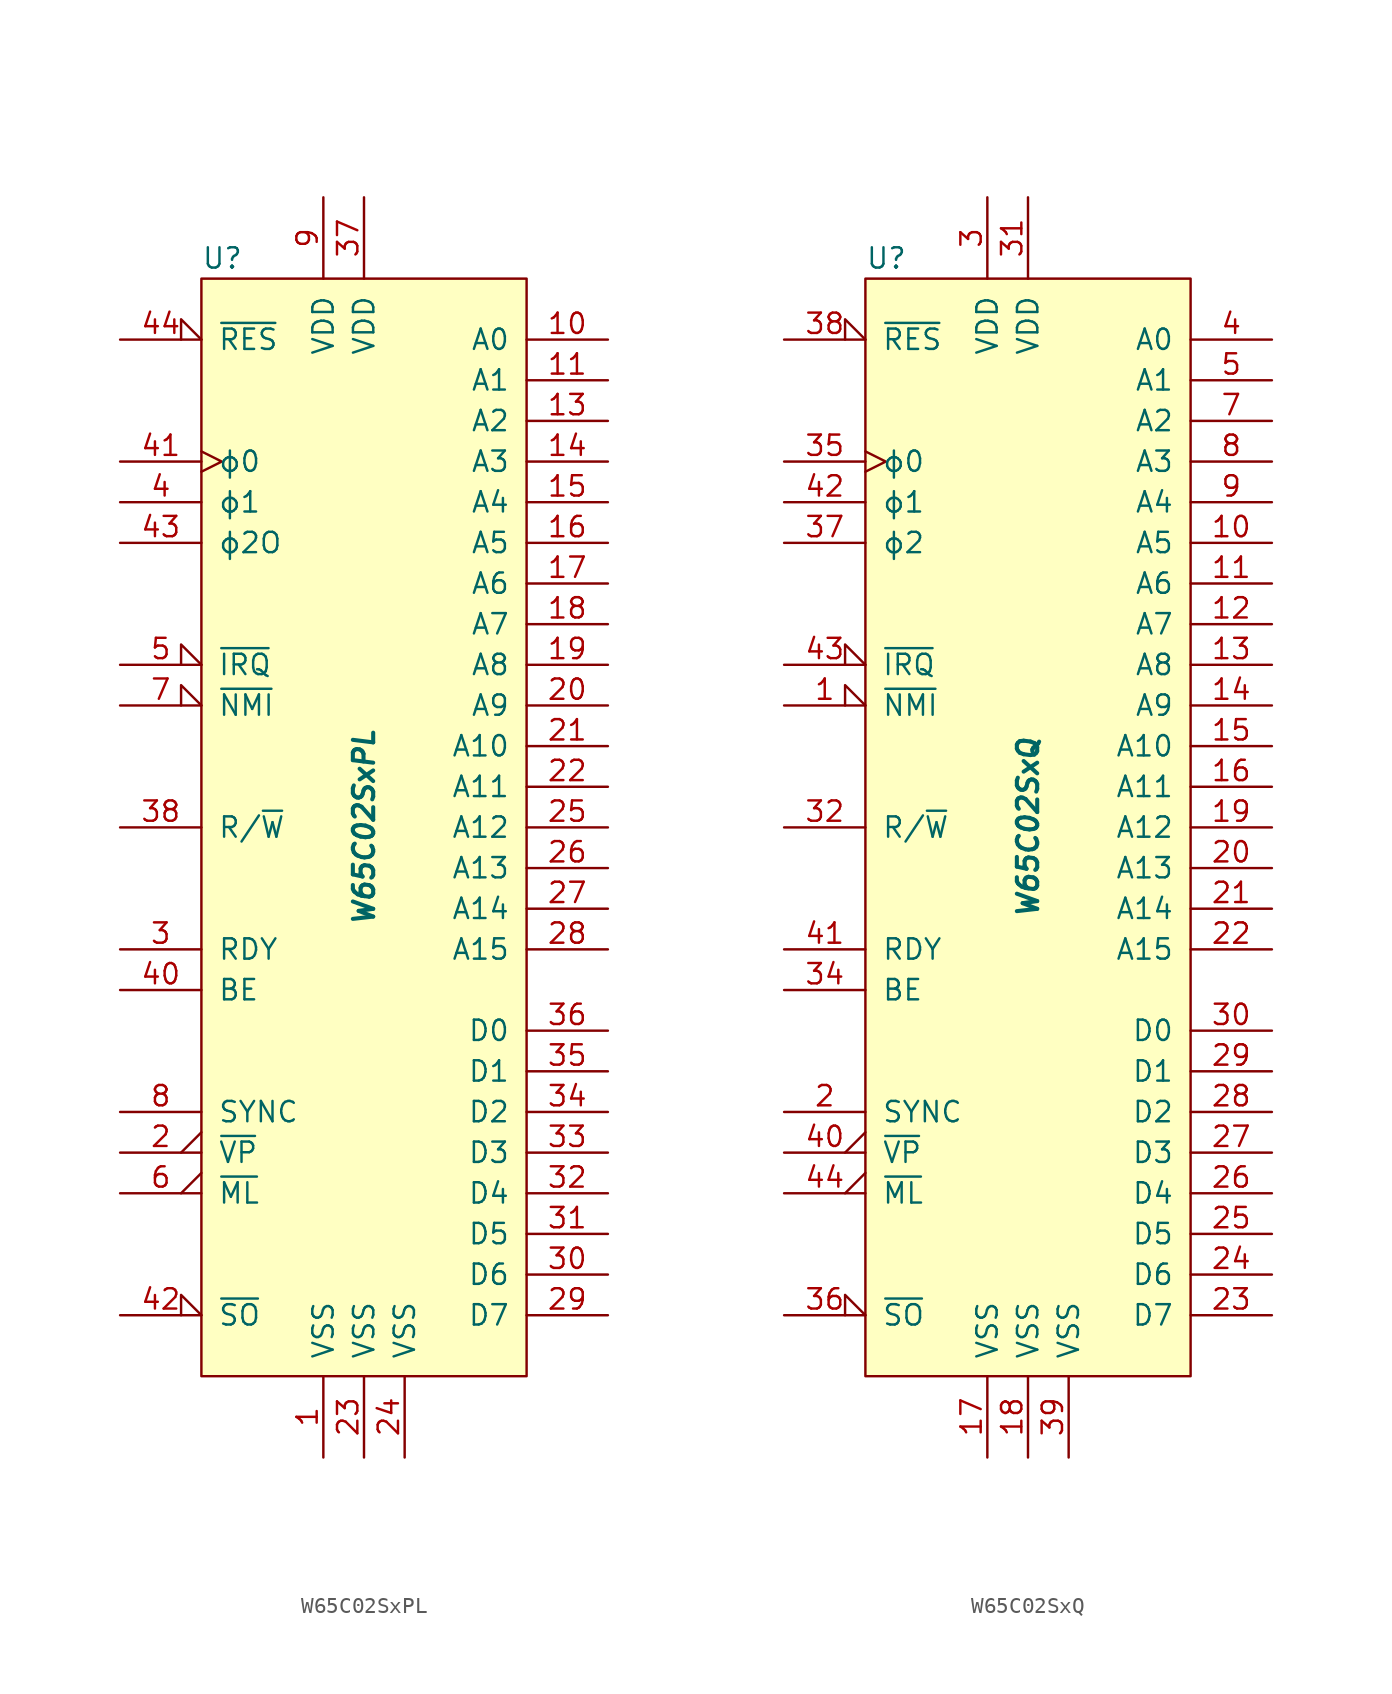
<source format=kicad_sym>
(kicad_symbol_lib
  (version 20211014)
  (generator kicad_symbol_editor)
  (symbol "W65C02SxPL"
    (pin_names
      (offset 1.016))
    (property "Reference" "U"
      (at -10.16 35.56 0)
      (effects (font (size 1.27 1.27)) (justify left)))
    (property "Value" "W65C02SxPL"
      (at 0 0 90)
      (effects (font (size 1.27 1.27) bold italic)))
    (symbol "W65C02SxPL_0_1"
      (rectangle (start -10.16 34.29) (end 10.16 -34.29) (stroke (width 0) (type default) (color 0 0 0 0)) (fill (type background))))
    (symbol "W65C02SxPL_1_1"
      (pin power_in line (at -2.54 -39.37 90) (length 5.08) (name "VSS" (effects (font (size 1.27 1.27)))) (number "1" (effects (font (size 1.27 1.27)))))
      (pin tri_state line (at 15.24 30.48 180) (length 5.08) (name "A0" (effects (font (size 1.27 1.27)))) (number "10" (effects (font (size 1.27 1.27)))))
      (pin tri_state line (at 15.24 27.94 180) (length 5.08) (name "A1" (effects (font (size 1.27 1.27)))) (number "11" (effects (font (size 1.27 1.27)))))
      (pin no_connect non_logic (at -10.16 -25.4 0) (length 2.54) hide (name "nc" (effects (font (size 1.27 1.27)))) (number "12" (effects (font (size 1.27 1.27)))))
      (pin tri_state line (at 15.24 25.4 180) (length 5.08) (name "A2" (effects (font (size 1.27 1.27)))) (number "13" (effects (font (size 1.27 1.27)))))
      (pin tri_state line (at 15.24 22.86 180) (length 5.08) (name "A3" (effects (font (size 1.27 1.27)))) (number "14" (effects (font (size 1.27 1.27)))))
      (pin tri_state line (at 15.24 20.32 180) (length 5.08) (name "A4" (effects (font (size 1.27 1.27)))) (number "15" (effects (font (size 1.27 1.27)))))
      (pin tri_state line (at 15.24 17.78 180) (length 5.08) (name "A5" (effects (font (size 1.27 1.27)))) (number "16" (effects (font (size 1.27 1.27)))))
      (pin tri_state line (at 15.24 15.24 180) (length 5.08) (name "A6" (effects (font (size 1.27 1.27)))) (number "17" (effects (font (size 1.27 1.27)))))
      (pin tri_state line (at 15.24 12.7 180) (length 5.08) (name "A7" (effects (font (size 1.27 1.27)))) (number "18" (effects (font (size 1.27 1.27)))))
      (pin tri_state line (at 15.24 10.16 180) (length 5.08) (name "A8" (effects (font (size 1.27 1.27)))) (number "19" (effects (font (size 1.27 1.27)))))
      (pin output output_low (at -15.24 -20.32 0) (length 5.08) (name "~{VP}" (effects (font (size 1.27 1.27)))) (number "2" (effects (font (size 1.27 1.27)))))
      (pin tri_state line (at 15.24 7.62 180) (length 5.08) (name "A9" (effects (font (size 1.27 1.27)))) (number "20" (effects (font (size 1.27 1.27)))))
      (pin tri_state line (at 15.24 5.08 180) (length 5.08) (name "A10" (effects (font (size 1.27 1.27)))) (number "21" (effects (font (size 1.27 1.27)))))
      (pin tri_state line (at 15.24 2.54 180) (length 5.08) (name "A11" (effects (font (size 1.27 1.27)))) (number "22" (effects (font (size 1.27 1.27)))))
      (pin power_in line (at 0 -39.37 90) (length 5.08) (name "VSS" (effects (font (size 1.27 1.27)))) (number "23" (effects (font (size 1.27 1.27)))))
      (pin power_in line (at 2.54 -39.37 90) (length 5.08) (name "VSS" (effects (font (size 1.27 1.27)))) (number "24" (effects (font (size 1.27 1.27)))))
      (pin tri_state line (at 15.24 0 180) (length 5.08) (name "A12" (effects (font (size 1.27 1.27)))) (number "25" (effects (font (size 1.27 1.27)))))
      (pin tri_state line (at 15.24 -2.54 180) (length 5.08) (name "A13" (effects (font (size 1.27 1.27)))) (number "26" (effects (font (size 1.27 1.27)))))
      (pin tri_state line (at 15.24 -5.08 180) (length 5.08) (name "A14" (effects (font (size 1.27 1.27)))) (number "27" (effects (font (size 1.27 1.27)))))
      (pin tri_state line (at 15.24 -7.62 180) (length 5.08) (name "A15" (effects (font (size 1.27 1.27)))) (number "28" (effects (font (size 1.27 1.27)))))
      (pin bidirectional line (at 15.24 -30.48 180) (length 5.08) (name "D7" (effects (font (size 1.27 1.27)))) (number "29" (effects (font (size 1.27 1.27)))))
      (pin open_collector line (at -15.24 -7.62 0) (length 5.08) (name "RDY" (effects (font (size 1.27 1.27)))) (number "3" (effects (font (size 1.27 1.27)))))
      (pin bidirectional line (at 15.24 -27.94 180) (length 5.08) (name "D6" (effects (font (size 1.27 1.27)))) (number "30" (effects (font (size 1.27 1.27)))))
      (pin bidirectional line (at 15.24 -25.4 180) (length 5.08) (name "D5" (effects (font (size 1.27 1.27)))) (number "31" (effects (font (size 1.27 1.27)))))
      (pin bidirectional line (at 15.24 -22.86 180) (length 5.08) (name "D4" (effects (font (size 1.27 1.27)))) (number "32" (effects (font (size 1.27 1.27)))))
      (pin bidirectional line (at 15.24 -20.32 180) (length 5.08) (name "D3" (effects (font (size 1.27 1.27)))) (number "33" (effects (font (size 1.27 1.27)))))
      (pin bidirectional line (at 15.24 -17.78 180) (length 5.08) (name "D2" (effects (font (size 1.27 1.27)))) (number "34" (effects (font (size 1.27 1.27)))))
      (pin bidirectional line (at 15.24 -15.24 180) (length 5.08) (name "D1" (effects (font (size 1.27 1.27)))) (number "35" (effects (font (size 1.27 1.27)))))
      (pin bidirectional line (at 15.24 -12.7 180) (length 5.08) (name "D0" (effects (font (size 1.27 1.27)))) (number "36" (effects (font (size 1.27 1.27)))))
      (pin power_in line (at 0 39.37 270) (length 5.08) (name "VDD" (effects (font (size 1.27 1.27)))) (number "37" (effects (font (size 1.27 1.27)))))
      (pin tri_state line (at -15.24 0 0) (length 5.08) (name "R/~{W}" (effects (font (size 1.27 1.27)))) (number "38" (effects (font (size 1.27 1.27)))))
      (pin no_connect non_logic (at -10.16 -27.94 0) (length 2.54) hide (name "nc" (effects (font (size 1.27 1.27)))) (number "39" (effects (font (size 1.27 1.27)))))
      (pin output line (at -15.24 20.32 0) (length 5.08) (name "ϕ1" (effects (font (size 1.27 1.27)))) (number "4" (effects (font (size 1.27 1.27)))))
      (pin input line (at -15.24 -10.16 0) (length 5.08) (name "BE" (effects (font (size 1.27 1.27)))) (number "40" (effects (font (size 1.27 1.27)))))
      (pin input clock (at -15.24 22.86 0) (length 5.08) (name "ϕ0" (effects (font (size 1.27 1.27)))) (number "41" (effects (font (size 1.27 1.27)))))
      (pin input input_low (at -15.24 -30.48 0) (length 5.08) (name "~{SO}" (effects (font (size 1.27 1.27)))) (number "42" (effects (font (size 1.27 1.27)))))
      (pin output line (at -15.24 17.78 0) (length 5.08) (name "ϕ2O" (effects (font (size 1.27 1.27)))) (number "43" (effects (font (size 1.27 1.27)))))
      (pin input input_low (at -15.24 30.48 0) (length 5.08) (name "~{RES}" (effects (font (size 1.27 1.27)))) (number "44" (effects (font (size 1.27 1.27)))))
      (pin input input_low (at -15.24 10.16 0) (length 5.08) (name "~{IRQ}" (effects (font (size 1.27 1.27)))) (number "5" (effects (font (size 1.27 1.27)))))
      (pin output output_low (at -15.24 -22.86 0) (length 5.08) (name "~{ML}" (effects (font (size 1.27 1.27)))) (number "6" (effects (font (size 1.27 1.27)))))
      (pin input input_low (at -15.24 7.62 0) (length 5.08) (name "~{NMI}" (effects (font (size 1.27 1.27)))) (number "7" (effects (font (size 1.27 1.27)))))
      (pin output line (at -15.24 -17.78 0) (length 5.08) (name "SYNC" (effects (font (size 1.27 1.27)))) (number "8" (effects (font (size 1.27 1.27)))))
      (pin power_in line (at -2.54 39.37 270) (length 5.08) (name "VDD" (effects (font (size 1.27 1.27)))) (number "9" (effects (font (size 1.27 1.27)))))))
  (symbol "W65C02SxQ"
    (pin_names
      (offset 1.016))
    (property "Reference" "U"
      (at -10.16 35.56 0)
      (effects (font (size 1.27 1.27)) (justify left)))
    (property "Value" "W65C02SxQ"
      (at 0 0 90)
      (effects (font (size 1.27 1.27) bold italic)))
    (symbol "W65C02SxQ_0_1"
      (rectangle (start -10.16 34.29) (end 10.16 -34.29) (stroke (width 0) (type default) (color 0 0 0 0)) (fill (type background))))
    (symbol "W65C02SxQ_1_1"
      (pin input input_low (at -15.24 7.62 0) (length 5.08) (name "~{NMI}" (effects (font (size 1.27 1.27)))) (number "1" (effects (font (size 1.27 1.27)))))
      (pin tri_state line (at 15.24 17.78 180) (length 5.08) (name "A5" (effects (font (size 1.27 1.27)))) (number "10" (effects (font (size 1.27 1.27)))))
      (pin tri_state line (at 15.24 15.24 180) (length 5.08) (name "A6" (effects (font (size 1.27 1.27)))) (number "11" (effects (font (size 1.27 1.27)))))
      (pin tri_state line (at 15.24 12.7 180) (length 5.08) (name "A7" (effects (font (size 1.27 1.27)))) (number "12" (effects (font (size 1.27 1.27)))))
      (pin tri_state line (at 15.24 10.16 180) (length 5.08) (name "A8" (effects (font (size 1.27 1.27)))) (number "13" (effects (font (size 1.27 1.27)))))
      (pin tri_state line (at 15.24 7.62 180) (length 5.08) (name "A9" (effects (font (size 1.27 1.27)))) (number "14" (effects (font (size 1.27 1.27)))))
      (pin tri_state line (at 15.24 5.08 180) (length 5.08) (name "A10" (effects (font (size 1.27 1.27)))) (number "15" (effects (font (size 1.27 1.27)))))
      (pin tri_state line (at 15.24 2.54 180) (length 5.08) (name "A11" (effects (font (size 1.27 1.27)))) (number "16" (effects (font (size 1.27 1.27)))))
      (pin power_in line (at -2.54 -39.37 90) (length 5.08) (name "VSS" (effects (font (size 1.27 1.27)))) (number "17" (effects (font (size 1.27 1.27)))))
      (pin power_in line (at 0 -39.37 90) (length 5.08) (name "VSS" (effects (font (size 1.27 1.27)))) (number "18" (effects (font (size 1.27 1.27)))))
      (pin tri_state line (at 15.24 0 180) (length 5.08) (name "A12" (effects (font (size 1.27 1.27)))) (number "19" (effects (font (size 1.27 1.27)))))
      (pin output line (at -15.24 -17.78 0) (length 5.08) (name "SYNC" (effects (font (size 1.27 1.27)))) (number "2" (effects (font (size 1.27 1.27)))))
      (pin tri_state line (at 15.24 -2.54 180) (length 5.08) (name "A13" (effects (font (size 1.27 1.27)))) (number "20" (effects (font (size 1.27 1.27)))))
      (pin tri_state line (at 15.24 -5.08 180) (length 5.08) (name "A14" (effects (font (size 1.27 1.27)))) (number "21" (effects (font (size 1.27 1.27)))))
      (pin tri_state line (at 15.24 -7.62 180) (length 5.08) (name "A15" (effects (font (size 1.27 1.27)))) (number "22" (effects (font (size 1.27 1.27)))))
      (pin bidirectional line (at 15.24 -30.48 180) (length 5.08) (name "D7" (effects (font (size 1.27 1.27)))) (number "23" (effects (font (size 1.27 1.27)))))
      (pin bidirectional line (at 15.24 -27.94 180) (length 5.08) (name "D6" (effects (font (size 1.27 1.27)))) (number "24" (effects (font (size 1.27 1.27)))))
      (pin bidirectional line (at 15.24 -25.4 180) (length 5.08) (name "D5" (effects (font (size 1.27 1.27)))) (number "25" (effects (font (size 1.27 1.27)))))
      (pin bidirectional line (at 15.24 -22.86 180) (length 5.08) (name "D4" (effects (font (size 1.27 1.27)))) (number "26" (effects (font (size 1.27 1.27)))))
      (pin bidirectional line (at 15.24 -20.32 180) (length 5.08) (name "D3" (effects (font (size 1.27 1.27)))) (number "27" (effects (font (size 1.27 1.27)))))
      (pin bidirectional line (at 15.24 -17.78 180) (length 5.08) (name "D2" (effects (font (size 1.27 1.27)))) (number "28" (effects (font (size 1.27 1.27)))))
      (pin bidirectional line (at 15.24 -15.24 180) (length 5.08) (name "D1" (effects (font (size 1.27 1.27)))) (number "29" (effects (font (size 1.27 1.27)))))
      (pin power_in line (at -2.54 39.37 270) (length 5.08) (name "VDD" (effects (font (size 1.27 1.27)))) (number "3" (effects (font (size 1.27 1.27)))))
      (pin bidirectional line (at 15.24 -12.7 180) (length 5.08) (name "D0" (effects (font (size 1.27 1.27)))) (number "30" (effects (font (size 1.27 1.27)))))
      (pin power_in line (at 0 39.37 270) (length 5.08) (name "VDD" (effects (font (size 1.27 1.27)))) (number "31" (effects (font (size 1.27 1.27)))))
      (pin tri_state line (at -15.24 0 0) (length 5.08) (name "R/~{W}" (effects (font (size 1.27 1.27)))) (number "32" (effects (font (size 1.27 1.27)))))
      (pin no_connect non_logic (at -10.16 -27.94 0) (length 2.54) hide (name "nc" (effects (font (size 1.27 1.27)))) (number "33" (effects (font (size 1.27 1.27)))))
      (pin input line (at -15.24 -10.16 0) (length 5.08) (name "BE" (effects (font (size 1.27 1.27)))) (number "34" (effects (font (size 1.27 1.27)))))
      (pin input clock (at -15.24 22.86 0) (length 5.08) (name "ϕ0" (effects (font (size 1.27 1.27)))) (number "35" (effects (font (size 1.27 1.27)))))
      (pin input input_low (at -15.24 -30.48 0) (length 5.08) (name "~{SO}" (effects (font (size 1.27 1.27)))) (number "36" (effects (font (size 1.27 1.27)))))
      (pin output line (at -15.24 17.78 0) (length 5.08) (name "ϕ2" (effects (font (size 1.27 1.27)))) (number "37" (effects (font (size 1.27 1.27)))))
      (pin input input_low (at -15.24 30.48 0) (length 5.08) (name "~{RES}" (effects (font (size 1.27 1.27)))) (number "38" (effects (font (size 1.27 1.27)))))
      (pin power_in line (at 2.54 -39.37 90) (length 5.08) (name "VSS" (effects (font (size 1.27 1.27)))) (number "39" (effects (font (size 1.27 1.27)))))
      (pin tri_state line (at 15.24 30.48 180) (length 5.08) (name "A0" (effects (font (size 1.27 1.27)))) (number "4" (effects (font (size 1.27 1.27)))))
      (pin output output_low (at -15.24 -20.32 0) (length 5.08) (name "~{VP}" (effects (font (size 1.27 1.27)))) (number "40" (effects (font (size 1.27 1.27)))))
      (pin open_collector line (at -15.24 -7.62 0) (length 5.08) (name "RDY" (effects (font (size 1.27 1.27)))) (number "41" (effects (font (size 1.27 1.27)))))
      (pin output line (at -15.24 20.32 0) (length 5.08) (name "ϕ1" (effects (font (size 1.27 1.27)))) (number "42" (effects (font (size 1.27 1.27)))))
      (pin input input_low (at -15.24 10.16 0) (length 5.08) (name "~{IRQ}" (effects (font (size 1.27 1.27)))) (number "43" (effects (font (size 1.27 1.27)))))
      (pin output output_low (at -15.24 -22.86 0) (length 5.08) (name "~{ML}" (effects (font (size 1.27 1.27)))) (number "44" (effects (font (size 1.27 1.27)))))
      (pin tri_state line (at 15.24 27.94 180) (length 5.08) (name "A1" (effects (font (size 1.27 1.27)))) (number "5" (effects (font (size 1.27 1.27)))))
      (pin no_connect non_logic (at -10.16 -25.4 0) (length 2.54) hide (name "nc" (effects (font (size 1.27 1.27)))) (number "6" (effects (font (size 1.27 1.27)))))
      (pin tri_state line (at 15.24 25.4 180) (length 5.08) (name "A2" (effects (font (size 1.27 1.27)))) (number "7" (effects (font (size 1.27 1.27)))))
      (pin tri_state line (at 15.24 22.86 180) (length 5.08) (name "A3" (effects (font (size 1.27 1.27)))) (number "8" (effects (font (size 1.27 1.27)))))
      (pin tri_state line (at 15.24 20.32 180) (length 5.08) (name "A4" (effects (font (size 1.27 1.27)))) (number "9" (effects (font (size 1.27 1.27))))))))
</source>
